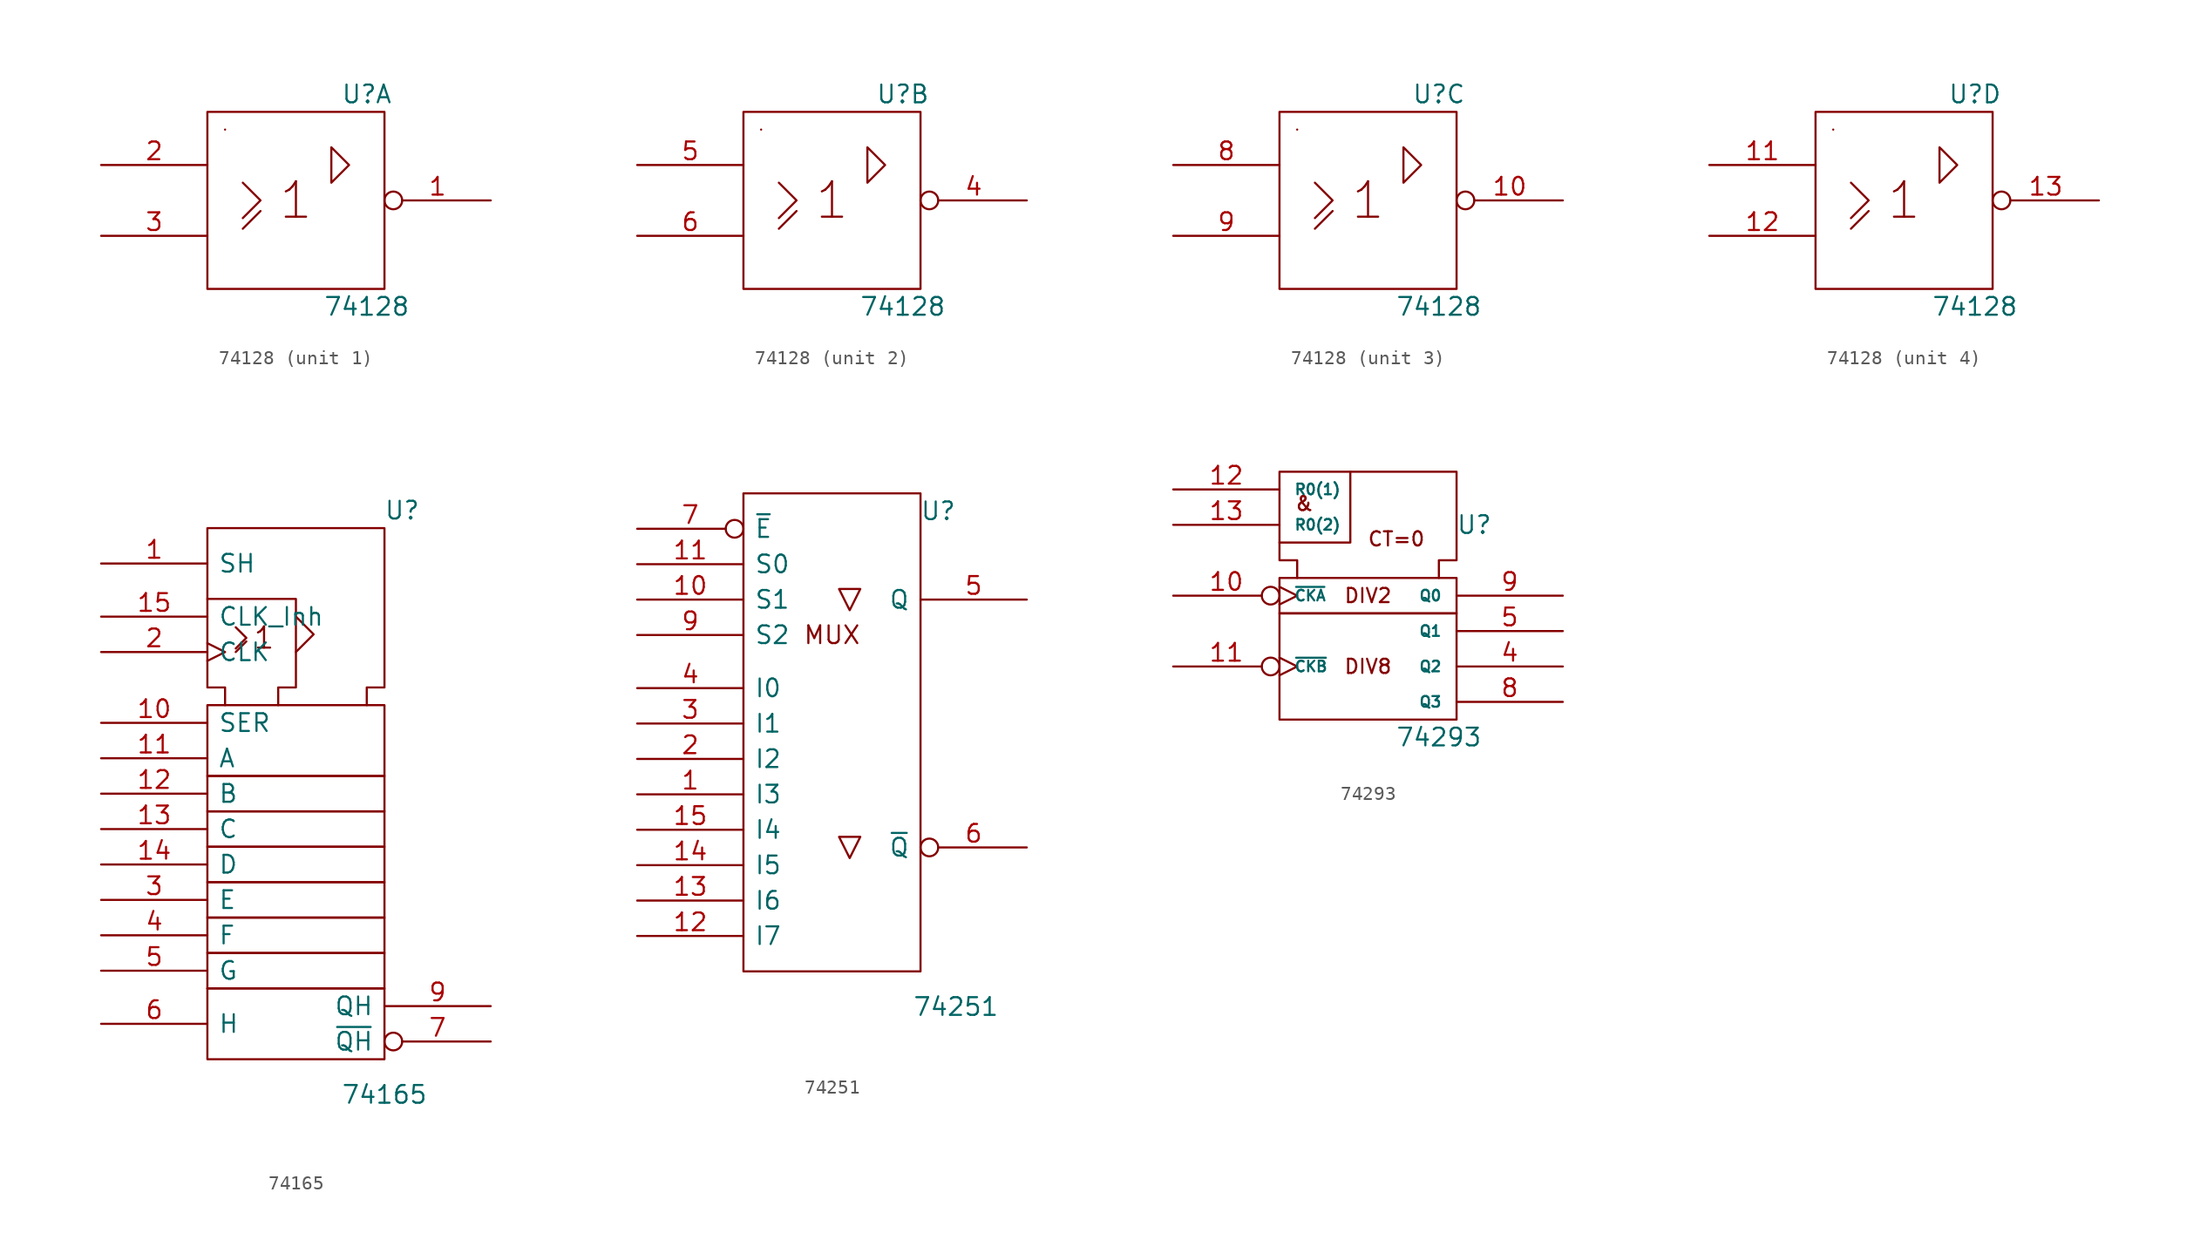
<source format=kicad_sym>
(kicad_symbol_lib
  (version 20231120)
  (generator "kicad_symbol_editor")
  (generator_version "8.0")
  (symbol "74128"
    (pin_names
      (offset 0.762))
    (property "Reference" "U"
      (at 5.08 7.62 0)
      (effects (font (size 1.27 1.27))))
    (property "Value" "74128"
      (at 5.08 -7.62 0)
      (effects (font (size 1.27 1.27))))
    (symbol "74128_0_0"
      (rectangle (start -5.08 5.08) (end -5.08 5.08) (stroke (width 0) (type default)) (fill (type none)))
      (polyline (pts (xy -3.81 -2.032) (xy -2.54 -0.762) (xy -2.54 -0.762)) (stroke (width 0) (type default)) (fill (type none)))
      (polyline (pts (xy -3.81 1.27) (xy -2.54 0) (xy -3.81 -1.27) (xy -3.81 -1.27)) (stroke (width 0) (type default)) (fill (type none)))
      (polyline (pts (xy 2.54 3.81) (xy 2.54 1.27) (xy 3.81 2.54) (xy 2.54 3.81) (xy 2.54 3.81)) (stroke (width 0) (type default)) (fill (type none)))
      (text "1" (at 0 0 0) (effects (font (size 2.54 2.54))))
      (pin power_in line (at 0 6.35 270) (length 0) hide (name "VCC" (effects (font (size 1.27 1.27)))) (number "14" (effects (font (size 1.27 1.27)))))
      (pin power_in line (at 0 -6.35 90) (length 0) hide (name "GND" (effects (font (size 1.27 1.27)))) (number "7" (effects (font (size 1.27 1.27))))))
    (symbol "74128_0_1"
      (rectangle (start -6.35 6.35) (end 6.35 -6.35) (stroke (width 0) (type default)) (fill (type none))))
    (symbol "74128_1_1"
      (pin output inverted (at 13.97 0 180) (length 7.62) (name "~" (effects (font (size 1.27 1.27)))) (number "1" (effects (font (size 1.27 1.27)))))
      (pin input line (at -13.97 2.54 0) (length 7.62) (name "~" (effects (font (size 1.27 1.27)))) (number "2" (effects (font (size 1.27 1.27)))))
      (pin input line (at -13.97 -2.54 0) (length 7.62) (name "~" (effects (font (size 1.27 1.27)))) (number "3" (effects (font (size 1.27 1.27))))))
    (symbol "74128_2_1"
      (pin output inverted (at 13.97 0 180) (length 7.62) (name "~" (effects (font (size 1.27 1.27)))) (number "4" (effects (font (size 1.27 1.27)))))
      (pin input line (at -13.97 2.54 0) (length 7.62) (name "~" (effects (font (size 1.27 1.27)))) (number "5" (effects (font (size 1.27 1.27)))))
      (pin input line (at -13.97 -2.54 0) (length 7.62) (name "~" (effects (font (size 1.27 1.27)))) (number "6" (effects (font (size 1.27 1.27))))))
    (symbol "74128_3_1"
      (pin output inverted (at 13.97 0 180) (length 7.62) (name "~" (effects (font (size 1.27 1.27)))) (number "10" (effects (font (size 1.27 1.27)))))
      (pin input line (at -13.97 2.54 0) (length 7.62) (name "~" (effects (font (size 1.27 1.27)))) (number "8" (effects (font (size 1.27 1.27)))))
      (pin input line (at -13.97 -2.54 0) (length 7.62) (name "~" (effects (font (size 1.27 1.27)))) (number "9" (effects (font (size 1.27 1.27))))))
    (symbol "74128_4_1"
      (pin input line (at -13.97 2.54 0) (length 7.62) (name "~" (effects (font (size 1.27 1.27)))) (number "11" (effects (font (size 1.27 1.27)))))
      (pin input line (at -13.97 -2.54 0) (length 7.62) (name "~" (effects (font (size 1.27 1.27)))) (number "12" (effects (font (size 1.27 1.27)))))
      (pin output inverted (at 13.97 0 180) (length 7.62) (name "~" (effects (font (size 1.27 1.27)))) (number "13" (effects (font (size 1.27 1.27)))))))
  (symbol "74165"
    (pin_names
      (offset 0.762))
    (property "Reference" "U"
      (at 7.62 15.24 0)
      (effects (font (size 1.27 1.27))))
    (property "Value" "74165"
      (at 6.35 -26.67 0)
      (effects (font (size 1.27 1.27))))
    (symbol "74165_0_0"
      (rectangle (start -6.35 -19.05) (end -6.35 -19.05) (stroke (width 0) (type default)) (fill (type none)))
      (rectangle (start -6.35 -19.05) (end 6.35 -24.13) (stroke (width 0) (type default)) (fill (type none)))
      (rectangle (start -6.35 -16.51) (end 6.35 -19.05) (stroke (width 0) (type default)) (fill (type none)))
      (rectangle (start -6.35 -13.97) (end 6.35 -16.51) (stroke (width 0) (type default)) (fill (type none)))
      (rectangle (start -6.35 -11.43) (end 6.35 -13.97) (stroke (width 0) (type default)) (fill (type none)))
      (rectangle (start -6.35 -8.89) (end 6.35 -11.43) (stroke (width 0) (type default)) (fill (type none)))
      (rectangle (start -6.35 -6.35) (end 6.35 -8.89) (stroke (width 0) (type default)) (fill (type none)))
      (rectangle (start -6.35 -3.81) (end 6.35 -6.35) (stroke (width 0) (type default)) (fill (type none)))
      (rectangle (start -6.35 1.27) (end 6.35 -3.81) (stroke (width 0) (type default)) (fill (type none)))
      (polyline (pts (xy -4.318 5.08) (xy -3.556 5.842) (xy -3.556 5.842)) (stroke (width 0) (type default)) (fill (type none)))
      (polyline (pts (xy -4.318 6.858) (xy -3.556 6.096) (xy -4.318 5.334) (xy -4.318 5.334)) (stroke (width 0) (type default)) (fill (type none)))
      (polyline (pts (xy 0 7.62) (xy 1.27 6.35) (xy 0 5.08) (xy 0 5.08)) (stroke (width 0) (type default)) (fill (type none)))
      (polyline (pts (xy -6.35 8.89) (xy 0 8.89) (xy 0 2.54) (xy -1.27 2.54) (xy -1.27 1.27) (xy -1.27 1.27)) (stroke (width 0) (type default)) (fill (type none)))
      (polyline (pts (xy -5.08 1.27) (xy -5.08 2.54) (xy -6.35 2.54) (xy -6.35 13.97) (xy 6.35 13.97) (xy 6.35 2.54) (xy 5.08 2.54) (xy 5.08 1.27) (xy 5.08 1.27)) (stroke (width 0) (type default)) (fill (type none)))
      (text "1" (at -2.286 6.096 0) (effects (font (size 1.524 1.524)))))
    (symbol "74165_0_1"
      (pin power_in line (at 0 13.97 270) (length 0) hide (name "GND" (effects (font (size 1.27 1.27)))) (number "8" (effects (font (size 1.27 1.27))))))
    (symbol "74165_1_1"
      (pin input line (at -13.97 11.43 0) (length 7.62) (name "SH" (effects (font (size 1.27 1.27)))) (number "1" (effects (font (size 1.27 1.27)))))
      (pin input line (at -13.97 0 0) (length 7.62) (name "SER" (effects (font (size 1.27 1.27)))) (number "10" (effects (font (size 1.27 1.27)))))
      (pin input line (at -13.97 -2.54 0) (length 7.62) (name "A" (effects (font (size 1.27 1.27)))) (number "11" (effects (font (size 1.27 1.27)))))
      (pin input line (at -13.97 -5.08 0) (length 7.62) (name "B" (effects (font (size 1.27 1.27)))) (number "12" (effects (font (size 1.27 1.27)))))
      (pin input line (at -13.97 -7.62 0) (length 7.62) (name "C" (effects (font (size 1.27 1.27)))) (number "13" (effects (font (size 1.27 1.27)))))
      (pin input line (at -13.97 -10.16 0) (length 7.62) (name "D" (effects (font (size 1.27 1.27)))) (number "14" (effects (font (size 1.27 1.27)))))
      (pin input line (at -13.97 7.62 0) (length 7.62) (name "CLK_Inh" (effects (font (size 1.27 1.27)))) (number "15" (effects (font (size 1.27 1.27)))))
      (pin power_in line (at 5.08 13.97 270) (length 0) hide (name "VCC" (effects (font (size 1.27 1.27)))) (number "16" (effects (font (size 1.27 1.27)))))
      (pin input clock (at -13.97 5.08 0) (length 7.62) (name "CLK" (effects (font (size 1.27 1.27)))) (number "2" (effects (font (size 1.27 1.27)))))
      (pin input line (at -13.97 -12.7 0) (length 7.62) (name "E" (effects (font (size 1.27 1.27)))) (number "3" (effects (font (size 1.27 1.27)))))
      (pin input line (at -13.97 -15.24 0) (length 7.62) (name "F" (effects (font (size 1.27 1.27)))) (number "4" (effects (font (size 1.27 1.27)))))
      (pin input line (at -13.97 -17.78 0) (length 7.62) (name "G" (effects (font (size 1.27 1.27)))) (number "5" (effects (font (size 1.27 1.27)))))
      (pin input line (at -13.97 -21.59 0) (length 7.62) (name "H" (effects (font (size 1.27 1.27)))) (number "6" (effects (font (size 1.27 1.27)))))
      (pin output inverted (at 13.97 -22.86 180) (length 7.62) (name "~{QH}" (effects (font (size 1.27 1.27)))) (number "7" (effects (font (size 1.27 1.27)))))
      (pin tri_state line (at 13.97 -20.32 180) (length 7.62) (name "QH" (effects (font (size 1.27 1.27)))) (number "9" (effects (font (size 1.27 1.27)))))))
  (symbol "74251"
    (pin_names
      (offset 0.762))
    (property "Reference" "U"
      (at 7.62 15.24 0)
      (effects (font (size 1.27 1.27))))
    (property "Value" "74251"
      (at 8.89 -20.32 0)
      (effects (font (size 1.27 1.27))))
    (symbol "74251_0_0"
      (rectangle (start -6.35 16.51) (end 6.35 -17.78) (stroke (width 0) (type default)) (fill (type none)))
      (polyline (pts (xy 2.032 -8.128) (xy 0.508 -8.128) (xy 1.27 -9.652) (xy 2.032 -8.128) (xy 2.032 -8.128)) (stroke (width 0) (type default)) (fill (type none)))
      (polyline (pts (xy 2.032 9.652) (xy 0.508 9.652) (xy 1.27 8.128) (xy 2.032 9.652) (xy 2.032 9.652)) (stroke (width 0) (type default)) (fill (type none)))
      (text "MUX" (at 0 6.35 0) (effects (font (size 1.27 1.27))))
      (pin power_in line (at 0 16.51 270) (length 0) hide (name "VCC" (effects (font (size 1.27 1.27)))) (number "16" (effects (font (size 1.27 1.27)))))
      (pin power_in line (at 0 -17.78 90) (length 0) hide (name "GND" (effects (font (size 1.27 1.27)))) (number "8" (effects (font (size 1.27 1.27))))))
    (symbol "74251_1_1"
      (pin input line (at -13.97 -5.08 0) (length 7.62) (name "I3" (effects (font (size 1.27 1.27)))) (number "1" (effects (font (size 1.27 1.27)))))
      (pin input line (at -13.97 8.89 0) (length 7.62) (name "S1" (effects (font (size 1.27 1.27)))) (number "10" (effects (font (size 1.27 1.27)))))
      (pin input line (at -13.97 11.43 0) (length 7.62) (name "S0" (effects (font (size 1.27 1.27)))) (number "11" (effects (font (size 1.27 1.27)))))
      (pin input line (at -13.97 -15.24 0) (length 7.62) (name "I7" (effects (font (size 1.27 1.27)))) (number "12" (effects (font (size 1.27 1.27)))))
      (pin input line (at -13.97 -12.7 0) (length 7.62) (name "I6" (effects (font (size 1.27 1.27)))) (number "13" (effects (font (size 1.27 1.27)))))
      (pin input line (at -13.97 -10.16 0) (length 7.62) (name "I5" (effects (font (size 1.27 1.27)))) (number "14" (effects (font (size 1.27 1.27)))))
      (pin input line (at -13.97 -7.62 0) (length 7.62) (name "I4" (effects (font (size 1.27 1.27)))) (number "15" (effects (font (size 1.27 1.27)))))
      (pin input line (at -13.97 -2.54 0) (length 7.62) (name "I2" (effects (font (size 1.27 1.27)))) (number "2" (effects (font (size 1.27 1.27)))))
      (pin input line (at -13.97 0 0) (length 7.62) (name "I1" (effects (font (size 1.27 1.27)))) (number "3" (effects (font (size 1.27 1.27)))))
      (pin input line (at -13.97 2.54 0) (length 7.62) (name "I0" (effects (font (size 1.27 1.27)))) (number "4" (effects (font (size 1.27 1.27)))))
      (pin tri_state line (at 13.97 8.89 180) (length 7.62) (name "Q" (effects (font (size 1.27 1.27)))) (number "5" (effects (font (size 1.27 1.27)))))
      (pin tri_state inverted (at 13.97 -8.89 180) (length 7.62) (name "~{Q}" (effects (font (size 1.27 1.27)))) (number "6" (effects (font (size 1.27 1.27)))))
      (pin input inverted (at -13.97 13.97 0) (length 7.62) (name "~{E}" (effects (font (size 1.27 1.27)))) (number "7" (effects (font (size 1.27 1.27)))))
      (pin input line (at -13.97 6.35 0) (length 7.62) (name "S2" (effects (font (size 1.27 1.27)))) (number "9" (effects (font (size 1.27 1.27)))))))
  (symbol "74293"
    (pin_names
      (offset 1.016))
    (property "Reference" "U"
      (at 7.62 5.08 0)
      (effects (font (size 1.27 1.27))))
    (property "Value" "74293"
      (at 5.08 -10.16 0)
      (effects (font (size 1.27 1.27))))
    (symbol "74293_0_0"
      (rectangle (start -6.35 -1.27) (end 6.35 -8.89) (stroke (width 0) (type default)) (fill (type none)))
      (rectangle (start -6.35 1.27) (end 6.35 -1.27) (stroke (width 0) (type default)) (fill (type none)))
      (polyline (pts (xy -1.27 8.89) (xy -1.27 3.81) (xy -6.35 3.81) (xy -6.35 3.81)) (stroke (width 0) (type default)) (fill (type none)))
      (polyline (pts (xy -5.08 1.27) (xy -5.08 2.54) (xy -6.35 2.54) (xy -6.35 8.89) (xy 6.35 8.89) (xy 6.35 2.54) (xy 5.08 2.54) (xy 5.08 1.27) (xy 5.08 1.27)) (stroke (width 0) (type default)) (fill (type none)))
      (text "&" (at -4.572 6.604 0) (effects (font (size 1.016 1.016))))
      (text "CT=0" (at 2.032 4.064 0) (effects (font (size 1.016 1.016))))
      (text "DIV2" (at 0 0 0) (effects (font (size 1.016 1.016))))
      (text "DIV8" (at 0 -5.08 0) (effects (font (size 1.016 1.016))))
      (pin power_in line (at 5.08 8.89 270) (length 0) hide (name "VCC" (effects (font (size 0.762 0.762)))) (number "14" (effects (font (size 1.27 1.27)))))
      (pin input line (at 0 8.89 270) (length 0) hide (name "GND" (effects (font (size 0.762 0.762)))) (number "7" (effects (font (size 1.27 1.27))))))
    (symbol "74293_1_1"
      (pin input inverted_clock (at -13.97 0 0) (length 7.62) (name "~{CKA}" (effects (font (size 0.762 0.762)))) (number "10" (effects (font (size 1.27 1.27)))))
      (pin input inverted_clock (at -13.97 -5.08 0) (length 7.62) (name "~{CKB}" (effects (font (size 0.762 0.762)))) (number "11" (effects (font (size 1.27 1.27)))))
      (pin input line (at -13.97 7.62 0) (length 7.62) (name "R0(1)" (effects (font (size 0.762 0.762)))) (number "12" (effects (font (size 1.27 1.27)))))
      (pin input line (at -13.97 5.08 0) (length 7.62) (name "R0(2)" (effects (font (size 0.762 0.762)))) (number "13" (effects (font (size 1.27 1.27)))))
      (pin output line (at 13.97 -5.08 180) (length 7.62) (name "Q2" (effects (font (size 0.762 0.762)))) (number "4" (effects (font (size 1.27 1.27)))))
      (pin output line (at 13.97 -2.54 180) (length 7.62) (name "Q1" (effects (font (size 0.762 0.762)))) (number "5" (effects (font (size 1.27 1.27)))))
      (pin output line (at 13.97 -7.62 180) (length 7.62) (name "Q3" (effects (font (size 0.762 0.762)))) (number "8" (effects (font (size 1.27 1.27)))))
      (pin output line (at 13.97 0 180) (length 7.62) (name "Q0" (effects (font (size 0.762 0.762)))) (number "9" (effects (font (size 1.27 1.27))))))))
</source>
